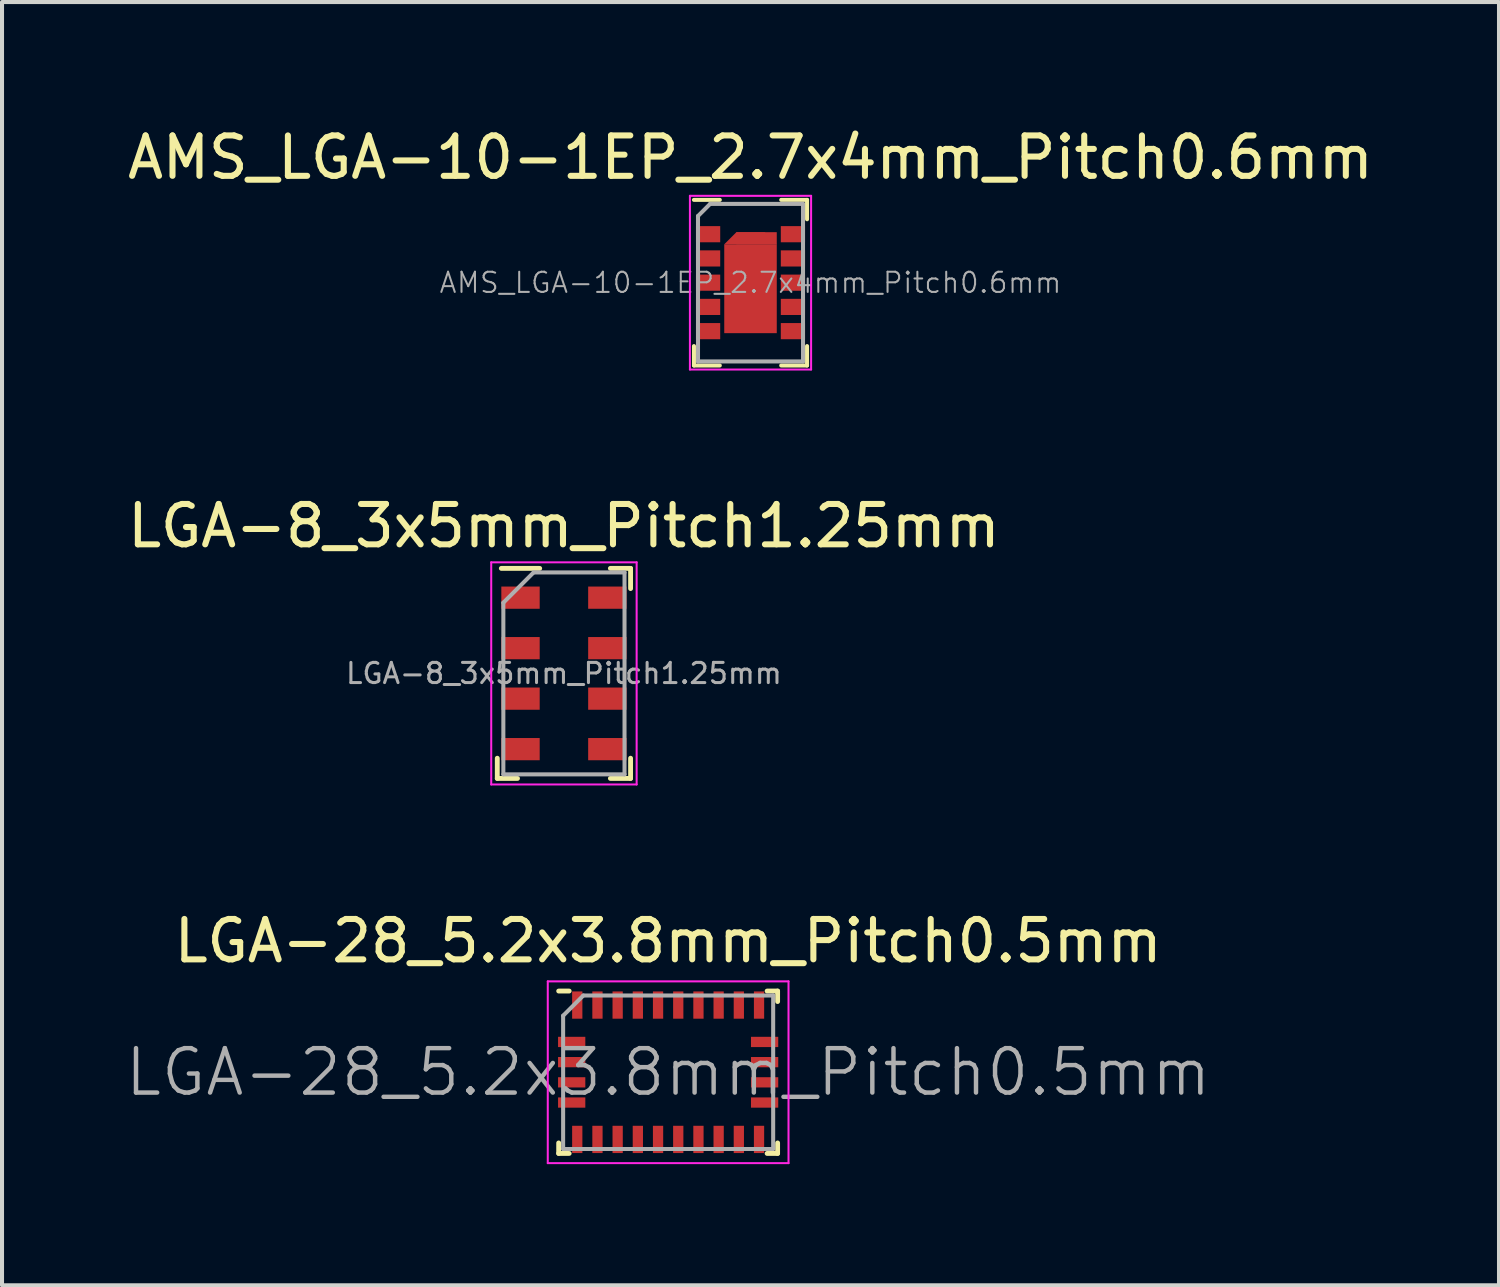
<source format=kicad_pcb>
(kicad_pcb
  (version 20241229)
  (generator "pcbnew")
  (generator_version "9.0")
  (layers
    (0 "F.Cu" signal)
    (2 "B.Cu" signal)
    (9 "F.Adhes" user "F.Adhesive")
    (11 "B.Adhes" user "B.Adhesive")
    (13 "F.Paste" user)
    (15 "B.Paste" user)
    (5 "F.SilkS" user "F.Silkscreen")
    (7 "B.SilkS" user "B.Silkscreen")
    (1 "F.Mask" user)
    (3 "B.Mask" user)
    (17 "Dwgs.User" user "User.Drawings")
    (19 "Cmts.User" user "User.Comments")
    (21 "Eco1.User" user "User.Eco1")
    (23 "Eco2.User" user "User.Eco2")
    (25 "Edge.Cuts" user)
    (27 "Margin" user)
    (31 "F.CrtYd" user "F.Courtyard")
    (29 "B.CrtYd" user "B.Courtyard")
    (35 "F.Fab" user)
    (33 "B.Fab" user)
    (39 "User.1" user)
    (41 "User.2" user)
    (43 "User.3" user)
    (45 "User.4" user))
  (footprint "LGA-8_3x5mm_Pitch1.25mm"
    (layer "F.Cu")
    (at 10.911 13.621)
    (property "Reference" "LGA-8_3x5mm_Pitch1.25mm" (at 0 -3.65 0) (layer "F.SilkS") (effects (font (size 1 1) (thickness 0.15))))
    (attr smd)
    (fp_line (start -1.65 2.6) (end -1.65 2.1) (stroke (width 0.12) (type solid)) (layer "F.SilkS"))
    (fp_line (start -1.55 -2.6) (end -0.6 -2.6) (stroke (width 0.12) (type solid)) (layer "F.SilkS"))
    (fp_line (start -1.15 2.6) (end -1.65 2.6) (stroke (width 0.12) (type solid)) (layer "F.SilkS"))
    (fp_line (start 1.15 -2.6) (end 1.65 -2.6) (stroke (width 0.12) (type solid)) (layer "F.SilkS"))
    (fp_line (start 1.65 -2.6) (end 1.65 -2.1) (stroke (width 0.12) (type solid)) (layer "F.SilkS"))
    (fp_line (start 1.65 2.1) (end 1.65 2.6) (stroke (width 0.12) (type solid)) (layer "F.SilkS"))
    (fp_line (start 1.65 2.6) (end 1.15 2.6) (stroke (width 0.12) (type solid)) (layer "F.SilkS"))
    (fp_line (start -1.8 -2.75) (end -1.8 2.75) (stroke (width 0.05) (type solid)) (layer "F.CrtYd"))
    (fp_line (start -1.8 -2.75) (end 1.8 -2.75) (stroke (width 0.05) (type solid)) (layer "F.CrtYd"))
    (fp_line (start 1.8 2.75) (end -1.8 2.75) (stroke (width 0.05) (type solid)) (layer "F.CrtYd"))
    (fp_line (start 1.8 2.75) (end 1.8 -2.75) (stroke (width 0.05) (type solid)) (layer "F.CrtYd"))
    (fp_line (start -1.5 -1.75) (end -0.75 -2.5) (stroke (width 0.1) (type solid)) (layer "F.Fab"))
    (fp_line (start -1.5 2.5) (end -1.5 -1.75) (stroke (width 0.1) (type solid)) (layer "F.Fab"))
    (fp_line (start -0.75 -2.5) (end 1.5 -2.5) (stroke (width 0.1) (type solid)) (layer "F.Fab"))
    (fp_line (start 1.5 -2.5) (end 1.5 2.5) (stroke (width 0.1) (type solid)) (layer "F.Fab"))
    (fp_line (start 1.5 2.5) (end -1.5 2.5) (stroke (width 0.1) (type solid)) (layer "F.Fab"))
    (fp_text user "${REFERENCE}" (at 0 0 0) (layer "F.Fab") (effects (font (size 0.5 0.5) (thickness 0.075))))
    (pad "1" smd rect (at -1.075 -1.875) (size 0.95 0.55) (layers "F.Cu" "F.Mask" "F.Paste"))
    (pad "2" smd rect (at -1.075 -0.625) (size 0.95 0.55) (layers "F.Cu" "F.Mask" "F.Paste"))
    (pad "3" smd rect (at -1.075 0.625) (size 0.95 0.55) (layers "F.Cu" "F.Mask" "F.Paste"))
    (pad "4" smd rect (at -1.075 1.875) (size 0.95 0.55) (layers "F.Cu" "F.Mask" "F.Paste"))
    (pad "5" smd rect (at 1.075 1.875) (size 0.95 0.55) (layers "F.Cu" "F.Mask" "F.Paste"))
    (pad "6" smd rect (at 1.075 0.625) (size 0.95 0.55) (layers "F.Cu" "F.Mask" "F.Paste"))
    (pad "7" smd rect (at 1.075 -0.625) (size 0.95 0.55) (layers "F.Cu" "F.Mask" "F.Paste"))
    (pad "8" smd rect (at 1.075 -1.875) (size 0.95 0.55) (layers "F.Cu" "F.Mask" "F.Paste")))
  (footprint "AMS_LGA-10-1EP_2.7x4mm_Pitch0.6mm"
    (layer "F.Cu")
    (at 15.53 3.948)
    (property "Reference" "AMS_LGA-10-1EP_2.7x4mm_Pitch0.6mm" (at 0 -3.1 0) (layer "F.SilkS") (effects (font (size 1 1) (thickness 0.15))))
    (attr smd)
    (fp_line (start -1.4 -2.05) (end -0.76 -2.05) (stroke (width 0.1) (type solid)) (layer "F.SilkS"))
    (fp_line (start -1.4 1.57) (end -1.4 2.05) (stroke (width 0.1) (type solid)) (layer "F.SilkS"))
    (fp_line (start -1.4 2.05) (end -0.76 2.05) (stroke (width 0.1) (type solid)) (layer "F.SilkS"))
    (fp_line (start 0.76 -2.05) (end 1.4 -2.05) (stroke (width 0.1) (type solid)) (layer "F.SilkS"))
    (fp_line (start 0.76 2.05) (end 1.4 2.05) (stroke (width 0.1) (type solid)) (layer "F.SilkS"))
    (fp_line (start 1.4 -2.05) (end 1.4 -1.57) (stroke (width 0.1) (type solid)) (layer "F.SilkS"))
    (fp_line (start 1.4 1.57) (end 1.4 2.05) (stroke (width 0.1) (type solid)) (layer "F.SilkS"))
    (fp_line (start -1.5 -2.15) (end 1.5 -2.15) (stroke (width 0.05) (type solid)) (layer "F.CrtYd"))
    (fp_line (start -1.5 2.15) (end -1.5 -2.15) (stroke (width 0.05) (type solid)) (layer "F.CrtYd"))
    (fp_line (start 1.5 -2.15) (end 1.5 2.15) (stroke (width 0.05) (type solid)) (layer "F.CrtYd"))
    (fp_line (start 1.5 2.15) (end -1.5 2.15) (stroke (width 0.05) (type solid)) (layer "F.CrtYd"))
    (fp_line (start -1.3 -1.65) (end -1 -1.95) (stroke (width 0.1) (type solid)) (layer "F.Fab"))
    (fp_line (start -1.3 1.95) (end -1.3 -1.65) (stroke (width 0.1) (type solid)) (layer "F.Fab"))
    (fp_line (start -1 -1.95) (end 1.3 -1.95) (stroke (width 0.1) (type solid)) (layer "F.Fab"))
    (fp_line (start 1.3 -1.95) (end 1.3 1.95) (stroke (width 0.1) (type solid)) (layer "F.Fab"))
    (fp_line (start 1.3 1.95) (end -1.3 1.95) (stroke (width 0.1) (type solid)) (layer "F.Fab"))
    (fp_text user "${REFERENCE}" (at 0 0 0) (layer "F.Fab") (effects (font (size 0.5 0.5) (thickness 0.05))))
    (pad "1" smd rect (at -1.05 -1.2) (size 0.6 0.4) (layers "F.Cu" "F.Mask" "F.Paste"))
    (pad "2" smd rect (at -1.05 -0.6) (size 0.6 0.4) (layers "F.Cu" "F.Mask" "F.Paste"))
    (pad "3" smd rect (at -1.05 0) (size 0.6 0.4) (layers "F.Cu" "F.Mask" "F.Paste"))
    (pad "4" smd rect (at -1.05 0.6) (size 0.6 0.4) (layers "F.Cu" "F.Mask" "F.Paste"))
    (pad "5" smd rect (at -1.05 1.2) (size 0.6 0.4) (layers "F.Cu" "F.Mask" "F.Paste"))
    (pad "6" smd rect (at 1.05 1.2) (size 0.6 0.4) (layers "F.Cu" "F.Mask" "F.Paste"))
    (pad "7" smd rect (at 1.05 0.6) (size 0.6 0.4) (layers "F.Cu" "F.Mask" "F.Paste"))
    (pad "8" smd rect (at 1.05 0) (size 0.6 0.4) (layers "F.Cu" "F.Mask" "F.Paste"))
    (pad "9" smd rect (at 1.05 -0.6) (size 0.6 0.4) (layers "F.Cu" "F.Mask" "F.Paste"))
    (pad "10" smd rect (at 1.05 -1.2) (size 0.6 0.4) (layers "F.Cu" "F.Mask" "F.Paste"))
    (pad "11" smd trapezoid (at 0 -1.1) (size 1 0.3) (rect_delta 0 0.3) (layers "F.Cu" "F.Mask" "F.Paste"))
    (pad "11" smd rect (at 0 0.15) (size 1.3 2.2) (layers "F.Cu" "F.Mask" "F.Paste"))
    (pad "11" smd rect (at 0.15 -1.1) (size 1 0.3) (layers "F.Cu" "F.Mask" "F.Paste")))
  (footprint "LGA-28_5.2x3.8mm_Pitch0.5mm"
    (layer "F.Cu")
    (at 13.491 23.495)
    (property "Reference" "LGA-28_5.2x3.8mm_Pitch0.5mm" (at 0 -3.25 0) (layer "F.SilkS") (effects (font (size 1 1) (thickness 0.15))))
    (attr smd)
    (fp_line (start -2.71 -2.01) (end -2.45 -2.01) (stroke (width 0.12) (type solid)) (layer "F.SilkS"))
    (fp_line (start -2.71 2.01) (end -2.71 1.75) (stroke (width 0.12) (type solid)) (layer "F.SilkS"))
    (fp_line (start -2.71 2.01) (end -2.45 2.01) (stroke (width 0.12) (type solid)) (layer "F.SilkS"))
    (fp_line (start 2.71 -2.01) (end 2.45 -2.01) (stroke (width 0.12) (type solid)) (layer "F.SilkS"))
    (fp_line (start 2.71 -2.01) (end 2.71 -1.75) (stroke (width 0.12) (type solid)) (layer "F.SilkS"))
    (fp_line (start 2.71 2.01) (end 2.45 2.01) (stroke (width 0.12) (type solid)) (layer "F.SilkS"))
    (fp_line (start 2.71 2.01) (end 2.71 1.75) (stroke (width 0.12) (type solid)) (layer "F.SilkS"))
    (fp_line (start -2.98 -2.25) (end -2.98 2.25) (stroke (width 0.05) (type solid)) (layer "F.CrtYd"))
    (fp_line (start -2.98 2.25) (end 2.98 2.25) (stroke (width 0.05) (type solid)) (layer "F.CrtYd"))
    (fp_line (start 2.98 -2.25) (end -2.98 -2.25) (stroke (width 0.05) (type solid)) (layer "F.CrtYd"))
    (fp_line (start 2.98 2.25) (end 2.98 -2.25) (stroke (width 0.05) (type solid)) (layer "F.CrtYd"))
    (fp_line (start -2.6 -1.4) (end -2.6 1.9) (stroke (width 0.1) (type solid)) (layer "F.Fab"))
    (fp_line (start -2.6 -1.4) (end -2.1 -1.9) (stroke (width 0.1) (type solid)) (layer "F.Fab"))
    (fp_line (start -2.6 1.9) (end 2.6 1.9) (stroke (width 0.1) (type solid)) (layer "F.Fab"))
    (fp_line (start 2.6 -1.9) (end -2.1 -1.9) (stroke (width 0.1) (type solid)) (layer "F.Fab"))
    (fp_line (start 2.6 1.9) (end 2.6 -1.9) (stroke (width 0.1) (type solid)) (layer "F.Fab"))
    (fp_text user "${REFERENCE}" (at 0 0 0) (layer "F.Fab") (effects (font (size 1.1 1.1) (thickness 0.11))))
    (pad "1" smd rect (at -2.25 -1.663) (size 0.254 0.675) (layers "F.Cu" "F.Mask" "F.Paste"))
    (pad "2" smd rect (at -2.388 -0.75 90) (size 0.254 0.675) (layers "F.Cu" "F.Mask" "F.Paste"))
    (pad "3" smd rect (at -2.388 -0.25 90) (size 0.254 0.675) (layers "F.Cu" "F.Mask" "F.Paste"))
    (pad "4" smd rect (at -2.388 0.25 90) (size 0.254 0.675) (layers "F.Cu" "F.Mask" "F.Paste"))
    (pad "5" smd rect (at -2.388 0.75 90) (size 0.254 0.675) (layers "F.Cu" "F.Mask" "F.Paste"))
    (pad "6" smd rect (at -2.25 1.663) (size 0.254 0.675) (layers "F.Cu" "F.Mask" "F.Paste"))
    (pad "7" smd rect (at -1.75 1.663) (size 0.254 0.675) (layers "F.Cu" "F.Mask" "F.Paste"))
    (pad "8" smd rect (at -1.25 1.663) (size 0.254 0.675) (layers "F.Cu" "F.Mask" "F.Paste"))
    (pad "9" smd rect (at -0.75 1.663) (size 0.254 0.675) (layers "F.Cu" "F.Mask" "F.Paste"))
    (pad "10" smd rect (at -0.25 1.663) (size 0.254 0.675) (layers "F.Cu" "F.Mask" "F.Paste"))
    (pad "11" smd rect (at 0.25 1.663) (size 0.254 0.675) (layers "F.Cu" "F.Mask" "F.Paste"))
    (pad "12" smd rect (at 0.75 1.663) (size 0.254 0.675) (layers "F.Cu" "F.Mask" "F.Paste"))
    (pad "13" smd rect (at 1.25 1.663) (size 0.254 0.675) (layers "F.Cu" "F.Mask" "F.Paste"))
    (pad "14" smd rect (at 1.75 1.663) (size 0.254 0.675) (layers "F.Cu" "F.Mask" "F.Paste"))
    (pad "15" smd rect (at 2.25 1.663) (size 0.254 0.675) (layers "F.Cu" "F.Mask" "F.Paste"))
    (pad "16" smd rect (at 2.388 0.75 90) (size 0.254 0.675) (layers "F.Cu" "F.Mask" "F.Paste"))
    (pad "17" smd rect (at 2.388 0.25 90) (size 0.254 0.675) (layers "F.Cu" "F.Mask" "F.Paste"))
    (pad "18" smd rect (at 2.388 -0.25 90) (size 0.254 0.675) (layers "F.Cu" "F.Mask" "F.Paste"))
    (pad "19" smd rect (at 2.388 -0.75 90) (size 0.254 0.675) (layers "F.Cu" "F.Mask" "F.Paste"))
    (pad "20" smd rect (at 2.25 -1.663) (size 0.254 0.675) (layers "F.Cu" "F.Mask" "F.Paste"))
    (pad "21" smd rect (at 1.75 -1.663) (size 0.254 0.675) (layers "F.Cu" "F.Mask" "F.Paste"))
    (pad "22" smd rect (at 1.25 -1.663) (size 0.254 0.675) (layers "F.Cu" "F.Mask" "F.Paste"))
    (pad "23" smd rect (at 0.75 -1.663) (size 0.254 0.675) (layers "F.Cu" "F.Mask" "F.Paste"))
    (pad "24" smd rect (at 0.25 -1.663) (size 0.254 0.675) (layers "F.Cu" "F.Mask" "F.Paste"))
    (pad "25" smd rect (at -0.25 -1.663) (size 0.254 0.675) (layers "F.Cu" "F.Mask" "F.Paste"))
    (pad "26" smd rect (at -0.75 -1.663) (size 0.254 0.675) (layers "F.Cu" "F.Mask" "F.Paste"))
    (pad "27" smd rect (at -1.25 -1.663) (size 0.254 0.675) (layers "F.Cu" "F.Mask" "F.Paste"))
    (pad "28" smd rect (at -1.75 -1.663) (size 0.254 0.675) (layers "F.Cu" "F.Mask" "F.Paste")))
  (gr_rect
    (start -3 -3)
    (end 34.06 28.77)
    (stroke (width 0.1) (type default))
    (fill no)
    (layer "Edge.Cuts")))
</source>
